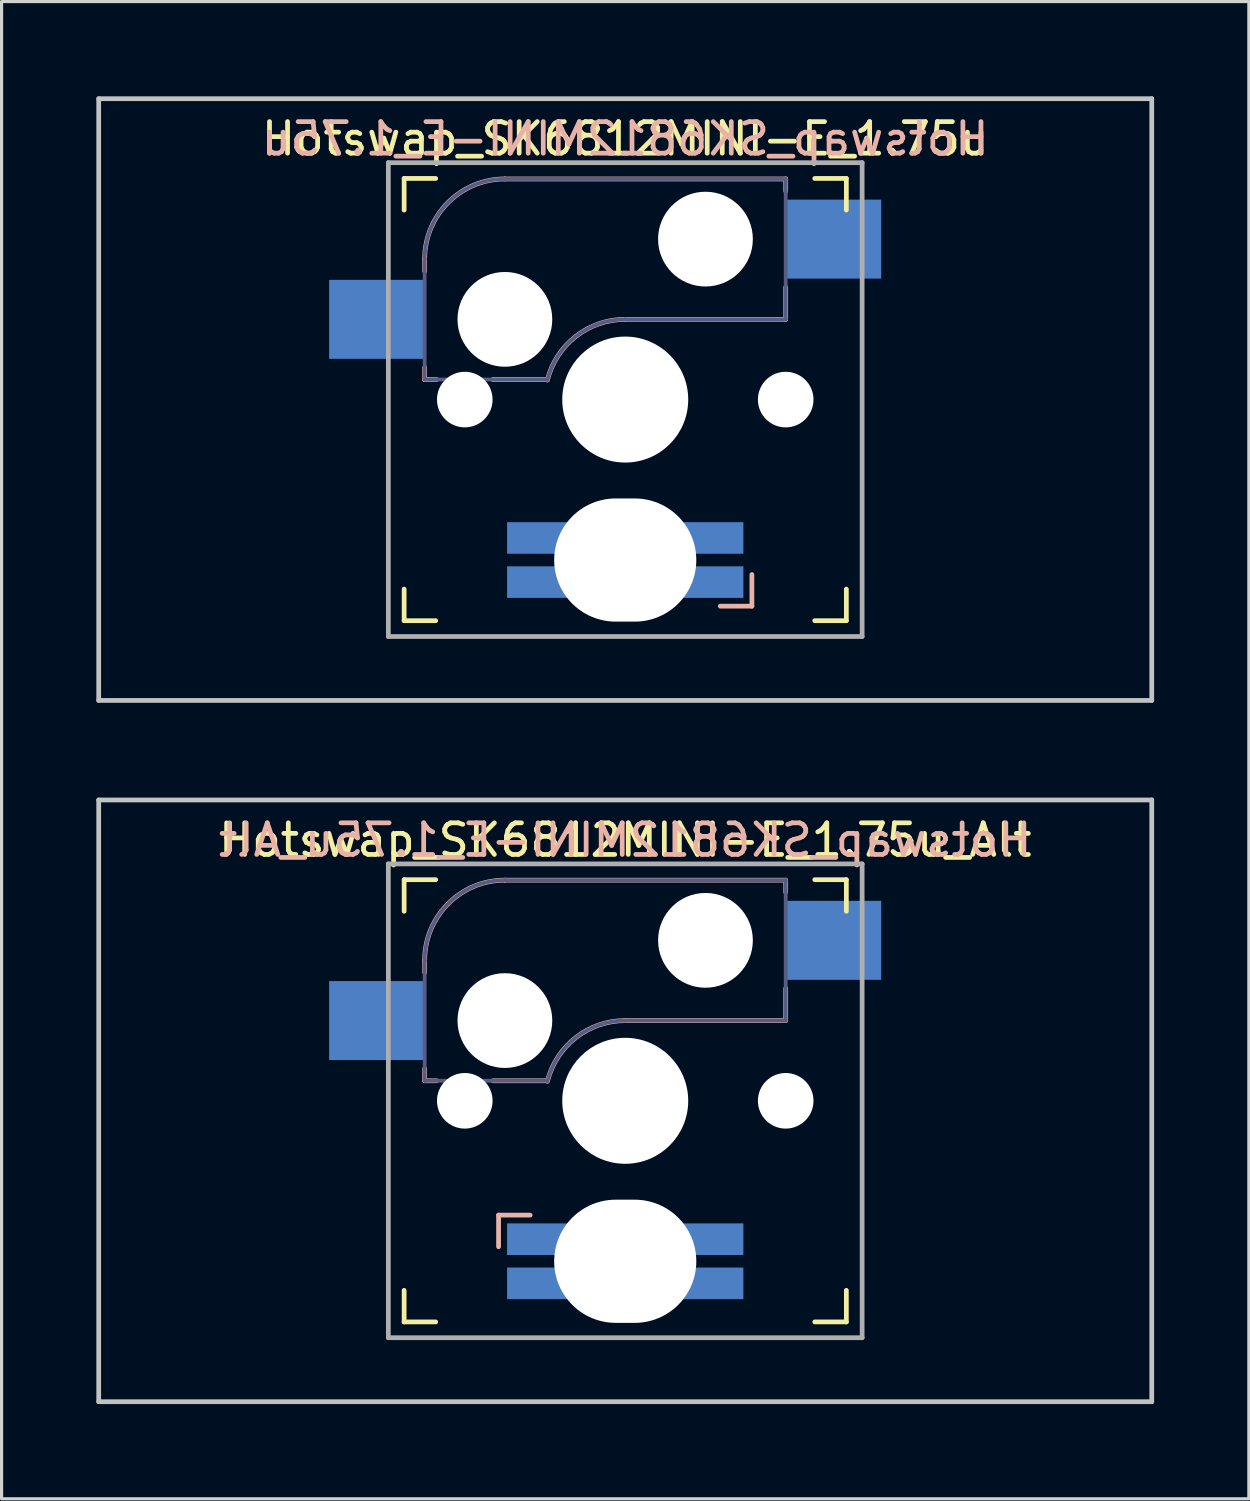
<source format=kicad_pcb>
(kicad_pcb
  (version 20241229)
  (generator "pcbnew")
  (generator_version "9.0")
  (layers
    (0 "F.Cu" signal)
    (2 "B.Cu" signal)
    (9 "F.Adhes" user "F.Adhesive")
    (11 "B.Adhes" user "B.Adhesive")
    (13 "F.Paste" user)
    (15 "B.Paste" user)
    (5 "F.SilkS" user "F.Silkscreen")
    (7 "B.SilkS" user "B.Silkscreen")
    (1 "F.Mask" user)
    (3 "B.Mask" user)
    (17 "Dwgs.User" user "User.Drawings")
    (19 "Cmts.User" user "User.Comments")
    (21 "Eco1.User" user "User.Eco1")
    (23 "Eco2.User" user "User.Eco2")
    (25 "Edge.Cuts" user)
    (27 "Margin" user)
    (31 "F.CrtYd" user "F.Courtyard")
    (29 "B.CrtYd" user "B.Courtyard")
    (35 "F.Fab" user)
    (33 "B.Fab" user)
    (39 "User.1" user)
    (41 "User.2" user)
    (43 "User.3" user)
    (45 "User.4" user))
  (footprint "Hotswap_SK6812MINI-E_1.75u_Alt"
    (layer "F.Cu")
    (at 16.744 31.8)
    (property "Reference" "Hotswap_SK6812MINI-E_1.75u_Alt" (at 0 -8.255 0) (layer "F.SilkS") (effects (font (size 1 1) (thickness 0.15))))
    (attr through_hole)
    (fp_line (start -7 -6) (end -7 -7) (stroke (width 0.15) (type solid)) (layer "F.SilkS"))
    (fp_line (start -7 7) (end -7 6) (stroke (width 0.15) (type solid)) (layer "F.SilkS"))
    (fp_line (start -7 7) (end -6 7) (stroke (width 0.15) (type solid)) (layer "F.SilkS"))
    (fp_line (start -6 -7) (end -7 -7) (stroke (width 0.15) (type solid)) (layer "F.SilkS"))
    (fp_line (start 6 7) (end 7 7) (stroke (width 0.15) (type solid)) (layer "F.SilkS"))
    (fp_line (start 7 -7) (end 6 -7) (stroke (width 0.15) (type solid)) (layer "F.SilkS"))
    (fp_line (start 7 -7) (end 7 -6) (stroke (width 0.15) (type solid)) (layer "F.SilkS"))
    (fp_line (start 7 6) (end 7 7) (stroke (width 0.15) (type solid)) (layer "F.SilkS"))
    (fp_line (start -6.35 -4.445) (end -6.35 -4.064) (stroke (width 0.15) (type solid)) (layer "B.SilkS"))
    (fp_line (start -6.35 -1.016) (end -6.35 -0.635) (stroke (width 0.15) (type solid)) (layer "B.SilkS"))
    (fp_line (start -6.35 -0.635) (end -5.969 -0.635) (stroke (width 0.15) (type solid)) (layer "B.SilkS"))
    (fp_line (start -4.191 -0.635) (end -2.54 -0.635) (stroke (width 0.15) (type solid)) (layer "B.SilkS"))
    (fp_line (start -4.01 4.62) (end -4.01 3.619) (stroke (width 0.15) (type solid)) (layer "B.SilkS"))
    (fp_line (start -3.01 3.619) (end -4.01 3.619) (stroke (width 0.15) (type solid)) (layer "B.SilkS"))
    (fp_line (start 0 -2.54) (end 5.08 -2.54) (stroke (width 0.15) (type solid)) (layer "B.SilkS"))
    (fp_line (start 5.08 -6.985) (end -3.81 -6.985) (stroke (width 0.15) (type solid)) (layer "B.SilkS"))
    (fp_line (start 5.08 -6.604) (end 5.08 -6.985) (stroke (width 0.15) (type solid)) (layer "B.SilkS"))
    (fp_line (start 5.08 -2.54) (end 5.08 -3.556) (stroke (width 0.15) (type solid)) (layer "B.SilkS"))
    (fp_arc (start -6.35 -4.445) (mid -5.606051 -6.241051) (end -3.81 -6.985) (stroke (width 0.15) (type solid)) (layer "B.SilkS"))
    (fp_arc (start -2.464162 -0.61604) (mid -1.563147 -2.002042) (end 0 -2.54) (stroke (width 0.15) (type solid)) (layer "B.SilkS"))
    (fp_line (start -16.669 -9.525) (end 16.669 -9.525) (stroke (width 0.15) (type solid)) (layer "Dwgs.User"))
    (fp_line (start -16.669 9.525) (end -16.669 -9.525) (stroke (width 0.15) (type solid)) (layer "Dwgs.User"))
    (fp_line (start -16.669 9.525) (end 16.669 9.525) (stroke (width 0.15) (type solid)) (layer "Dwgs.User"))
    (fp_line (start 16.669 -9.525) (end 16.669 9.525) (stroke (width 0.15) (type solid)) (layer "Dwgs.User"))
    (fp_line (start -6.9 6.9) (end -6.9 -6.9) (stroke (width 0.15) (type solid)) (layer "Eco2.User"))
    (fp_line (start -6.9 6.9) (end 6.9 6.9) (stroke (width 0.15) (type solid)) (layer "Eco2.User"))
    (fp_line (start 6.9 -6.9) (end -6.9 -6.9) (stroke (width 0.15) (type solid)) (layer "Eco2.User"))
    (fp_line (start 6.9 -6.9) (end 6.9 6.9) (stroke (width 0.15) (type solid)) (layer "Eco2.User"))
    (fp_line (start -6.35 -4.445) (end -6.35 -0.635) (stroke (width 0.12) (type solid)) (layer "B.Fab"))
    (fp_line (start -6.35 -0.635) (end -2.54 -0.635) (stroke (width 0.12) (type solid)) (layer "B.Fab"))
    (fp_line (start 0 -2.54) (end 5.08 -2.54) (stroke (width 0.12) (type solid)) (layer "B.Fab"))
    (fp_line (start 5.08 -6.985) (end -3.81 -6.985) (stroke (width 0.12) (type solid)) (layer "B.Fab"))
    (fp_line (start 5.08 -2.54) (end 5.08 -6.985) (stroke (width 0.12) (type solid)) (layer "B.Fab"))
    (fp_arc (start -6.35 -4.445) (mid -5.606051 -6.241051) (end -3.81 -6.985) (stroke (width 0.12) (type solid)) (layer "B.Fab"))
    (fp_arc (start -2.464162 -0.61604) (mid -1.563147 -2.002042) (end 0 -2.54) (stroke (width 0.12) (type solid)) (layer "B.Fab"))
    (fp_line (start -7.5 -7.5) (end 7.5 -7.5) (stroke (width 0.15) (type solid)) (layer "F.Fab"))
    (fp_line (start -7.5 7.5) (end -7.5 -7.5) (stroke (width 0.15) (type solid)) (layer "F.Fab"))
    (fp_line (start 7.5 -7.5) (end 7.5 7.5) (stroke (width 0.15) (type solid)) (layer "F.Fab"))
    (fp_line (start 7.5 7.5) (end -7.5 7.5) (stroke (width 0.15) (type solid)) (layer "F.Fab"))
    (fp_text user "${REFERENCE}" (at 0 -8.255 0) (layer "B.SilkS") (effects (font (size 1 1) (thickness 0.15)) (justify mirror)))
    (pad "" np_thru_hole circle (at -5.08 0 180) (size 1.76 1.76) (drill 1.76) (layers "*.Cu" "*.Mask"))
    (pad "" np_thru_hole circle (at -3.81 -2.54 180) (size 3 3) (drill 3) (layers "*.Cu" "*.Mask"))
    (pad "" np_thru_hole circle (at 0 0 180) (size 3.988 3.988) (drill 3.988) (layers "*.Cu" "*.Mask"))
    (pad "" np_thru_hole oval (at 0 5.08 180) (size 4.5 3.9) (drill oval 4.5 3.9) (layers "*.Cu" "*.Mask"))
    (pad "" np_thru_hole circle (at 2.54 -5.08 180) (size 3 3) (drill 3) (layers "*.Cu" "*.Mask"))
    (pad "" np_thru_hole circle (at 5.08 0 180) (size 1.76 1.76) (drill 1.76) (layers "*.Cu" "*.Mask"))
    (pad "1" smd rect (at -7.874 -2.54 180) (size 3 2.5) (layers "B.Cu" "B.Mask" "B.Paste"))
    (pad "2" smd rect (at 6.604 -5.08 180) (size 3 2.5) (layers "B.Cu" "B.Mask" "B.Paste"))
    (pad "DIN" smd rect (at -2.74 5.779 270) (size 1 2) (layers "B.Cu" "B.Mask" "B.Paste"))
    (pad "DOUT" smd rect (at 2.74 4.381 270) (size 1 2) (layers "B.Cu" "B.Mask" "B.Paste"))
    (pad "GND" smd rect (at -2.74 4.381 270) (size 1 2) (layers "B.Cu" "B.Mask" "B.Paste"))
    (pad "VDD" smd rect (at 2.74 5.779 270) (size 1 2) (layers "B.Cu" "B.Mask" "B.Paste")))
  (footprint "Hotswap_SK6812MINI-E_1.75u"
    (layer "F.Cu")
    (at 16.744 9.6)
    (property "Reference" "Hotswap_SK6812MINI-E_1.75u" (at 0 -8.255 0) (layer "F.SilkS") (effects (font (size 1 1) (thickness 0.15))))
    (attr through_hole)
    (fp_line (start -7 -6) (end -7 -7) (stroke (width 0.15) (type solid)) (layer "F.SilkS"))
    (fp_line (start -7 7) (end -7 6) (stroke (width 0.15) (type solid)) (layer "F.SilkS"))
    (fp_line (start -7 7) (end -6 7) (stroke (width 0.15) (type solid)) (layer "F.SilkS"))
    (fp_line (start -6 -7) (end -7 -7) (stroke (width 0.15) (type solid)) (layer "F.SilkS"))
    (fp_line (start 6 7) (end 7 7) (stroke (width 0.15) (type solid)) (layer "F.SilkS"))
    (fp_line (start 7 -7) (end 6 -7) (stroke (width 0.15) (type solid)) (layer "F.SilkS"))
    (fp_line (start 7 -7) (end 7 -6) (stroke (width 0.15) (type solid)) (layer "F.SilkS"))
    (fp_line (start 7 6) (end 7 7) (stroke (width 0.15) (type solid)) (layer "F.SilkS"))
    (fp_line (start -6.35 -4.445) (end -6.35 -4.064) (stroke (width 0.15) (type solid)) (layer "B.SilkS"))
    (fp_line (start -6.35 -1.016) (end -6.35 -0.635) (stroke (width 0.15) (type solid)) (layer "B.SilkS"))
    (fp_line (start -6.35 -0.635) (end -5.969 -0.635) (stroke (width 0.15) (type solid)) (layer "B.SilkS"))
    (fp_line (start -4.191 -0.635) (end -2.54 -0.635) (stroke (width 0.15) (type solid)) (layer "B.SilkS"))
    (fp_line (start 0 -2.54) (end 5.08 -2.54) (stroke (width 0.15) (type solid)) (layer "B.SilkS"))
    (fp_line (start 3.01 6.54) (end 4.01 6.54) (stroke (width 0.15) (type solid)) (layer "B.SilkS"))
    (fp_line (start 4.01 5.54) (end 4.01 6.54) (stroke (width 0.15) (type solid)) (layer "B.SilkS"))
    (fp_line (start 5.08 -6.985) (end -3.81 -6.985) (stroke (width 0.15) (type solid)) (layer "B.SilkS"))
    (fp_line (start 5.08 -6.604) (end 5.08 -6.985) (stroke (width 0.15) (type solid)) (layer "B.SilkS"))
    (fp_line (start 5.08 -2.54) (end 5.08 -3.556) (stroke (width 0.15) (type solid)) (layer "B.SilkS"))
    (fp_arc (start -6.35 -4.445) (mid -5.606051 -6.241051) (end -3.81 -6.985) (stroke (width 0.15) (type solid)) (layer "B.SilkS"))
    (fp_arc (start -2.464162 -0.61604) (mid -1.563147 -2.002042) (end 0 -2.54) (stroke (width 0.15) (type solid)) (layer "B.SilkS"))
    (fp_line (start -16.669 -9.525) (end 16.669 -9.525) (stroke (width 0.15) (type solid)) (layer "Dwgs.User"))
    (fp_line (start -16.669 9.525) (end -16.669 -9.525) (stroke (width 0.15) (type solid)) (layer "Dwgs.User"))
    (fp_line (start -16.669 9.525) (end 16.669 9.525) (stroke (width 0.15) (type solid)) (layer "Dwgs.User"))
    (fp_line (start 16.669 -9.525) (end 16.669 9.525) (stroke (width 0.15) (type solid)) (layer "Dwgs.User"))
    (fp_line (start -6.9 6.9) (end -6.9 -6.9) (stroke (width 0.15) (type solid)) (layer "Eco2.User"))
    (fp_line (start -6.9 6.9) (end 6.9 6.9) (stroke (width 0.15) (type solid)) (layer "Eco2.User"))
    (fp_line (start 6.9 -6.9) (end -6.9 -6.9) (stroke (width 0.15) (type solid)) (layer "Eco2.User"))
    (fp_line (start 6.9 -6.9) (end 6.9 6.9) (stroke (width 0.15) (type solid)) (layer "Eco2.User"))
    (fp_line (start -6.35 -4.445) (end -6.35 -0.635) (stroke (width 0.12) (type solid)) (layer "B.Fab"))
    (fp_line (start -6.35 -0.635) (end -2.54 -0.635) (stroke (width 0.12) (type solid)) (layer "B.Fab"))
    (fp_line (start 0 -2.54) (end 5.08 -2.54) (stroke (width 0.12) (type solid)) (layer "B.Fab"))
    (fp_line (start 5.08 -6.985) (end -3.81 -6.985) (stroke (width 0.12) (type solid)) (layer "B.Fab"))
    (fp_line (start 5.08 -2.54) (end 5.08 -6.985) (stroke (width 0.12) (type solid)) (layer "B.Fab"))
    (fp_arc (start -6.35 -4.445) (mid -5.606051 -6.241051) (end -3.81 -6.985) (stroke (width 0.12) (type solid)) (layer "B.Fab"))
    (fp_arc (start -2.464162 -0.61604) (mid -1.563147 -2.002042) (end 0 -2.54) (stroke (width 0.12) (type solid)) (layer "B.Fab"))
    (fp_line (start -7.5 -7.5) (end 7.5 -7.5) (stroke (width 0.15) (type solid)) (layer "F.Fab"))
    (fp_line (start -7.5 7.5) (end -7.5 -7.5) (stroke (width 0.15) (type solid)) (layer "F.Fab"))
    (fp_line (start 7.5 -7.5) (end 7.5 7.5) (stroke (width 0.15) (type solid)) (layer "F.Fab"))
    (fp_line (start 7.5 7.5) (end -7.5 7.5) (stroke (width 0.15) (type solid)) (layer "F.Fab"))
    (fp_text user "${REFERENCE}" (at 0 -8.255 0) (layer "B.SilkS") (effects (font (size 1 1) (thickness 0.15)) (justify mirror)))
    (pad "" np_thru_hole circle (at -5.08 0 180) (size 1.76 1.76) (drill 1.76) (layers "*.Cu" "*.Mask"))
    (pad "" np_thru_hole circle (at -3.81 -2.54 180) (size 3 3) (drill 3) (layers "*.Cu" "*.Mask"))
    (pad "" np_thru_hole circle (at 0 0 180) (size 3.988 3.988) (drill 3.988) (layers "*.Cu" "*.Mask"))
    (pad "" np_thru_hole oval (at 0 5.08 180) (size 4.5 3.9) (drill oval 4.5 3.9) (layers "*.Cu" "*.Mask"))
    (pad "" np_thru_hole circle (at 2.54 -5.08 180) (size 3 3) (drill 3) (layers "*.Cu" "*.Mask"))
    (pad "" np_thru_hole circle (at 5.08 0 180) (size 1.76 1.76) (drill 1.76) (layers "*.Cu" "*.Mask"))
    (pad "1" smd rect (at -7.874 -2.54 180) (size 3 2.5) (layers "B.Cu" "B.Mask" "B.Paste"))
    (pad "2" smd rect (at 6.604 -5.08 180) (size 3 2.5) (layers "B.Cu" "B.Mask" "B.Paste"))
    (pad "DIN" smd rect (at 2.74 4.381 270) (size 1 2) (layers "B.Cu" "B.Mask" "B.Paste"))
    (pad "DOUT" smd rect (at -2.74 5.779 270) (size 1 2) (layers "B.Cu" "B.Mask" "B.Paste"))
    (pad "GND" smd rect (at 2.74 5.779 270) (size 1 2) (layers "B.Cu" "B.Mask" "B.Paste"))
    (pad "VDD" smd rect (at -2.74 4.381 270) (size 1 2) (layers "B.Cu" "B.Mask" "B.Paste")))
  (gr_rect
    (start -3 -3)
    (end 36.487 44.4)
    (stroke (width 0.1) (type default))
    (fill no)
    (layer "Edge.Cuts")))
</source>
